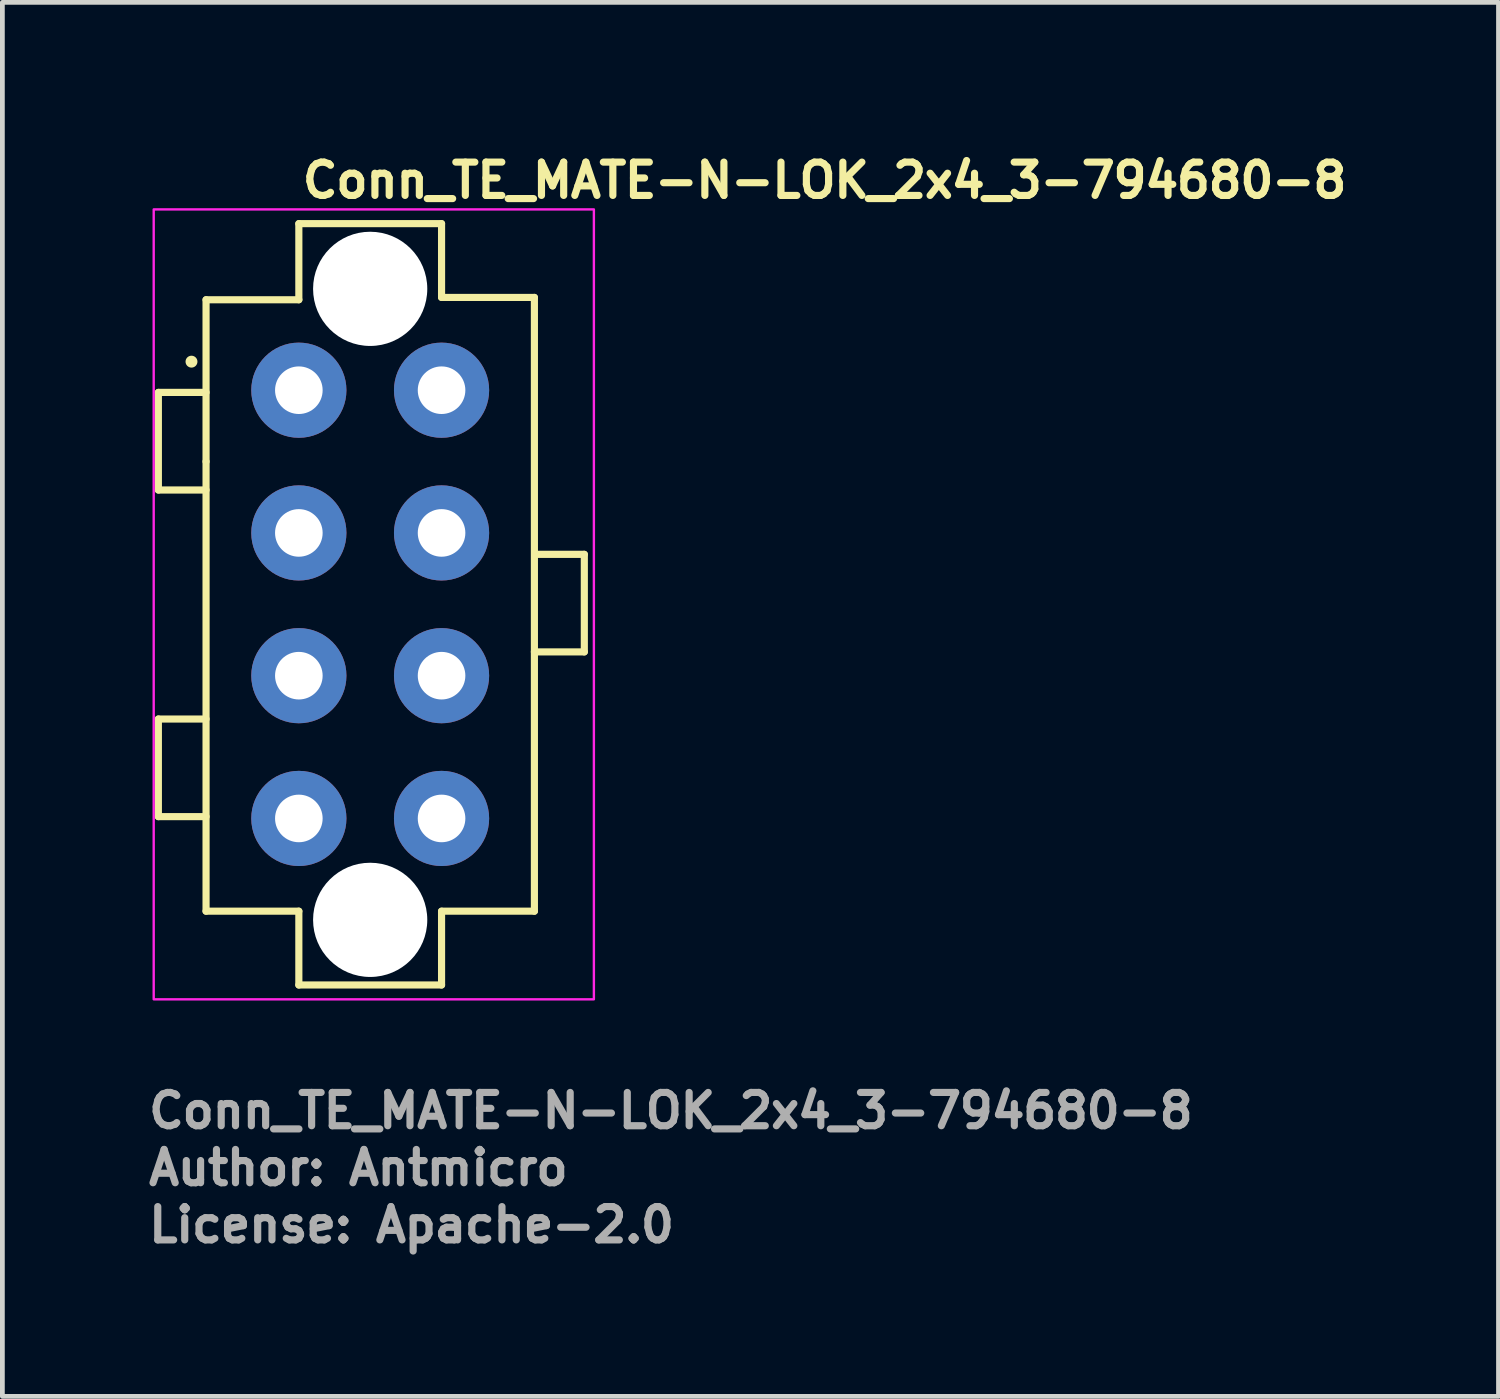
<source format=kicad_pcb>
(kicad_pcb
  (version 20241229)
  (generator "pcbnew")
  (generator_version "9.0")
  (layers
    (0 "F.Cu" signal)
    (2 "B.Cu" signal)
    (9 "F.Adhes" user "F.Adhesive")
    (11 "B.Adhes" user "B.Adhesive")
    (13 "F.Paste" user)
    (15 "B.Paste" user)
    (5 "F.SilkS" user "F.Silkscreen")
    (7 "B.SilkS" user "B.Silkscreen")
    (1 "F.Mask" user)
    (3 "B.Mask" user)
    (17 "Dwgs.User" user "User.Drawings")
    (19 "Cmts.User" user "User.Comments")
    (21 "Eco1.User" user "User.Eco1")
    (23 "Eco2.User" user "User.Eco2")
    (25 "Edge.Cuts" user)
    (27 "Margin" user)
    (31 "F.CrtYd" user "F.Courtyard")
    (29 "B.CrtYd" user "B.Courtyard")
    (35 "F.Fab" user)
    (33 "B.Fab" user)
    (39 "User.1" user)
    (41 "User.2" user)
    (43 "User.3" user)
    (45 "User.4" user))
  (footprint "Conn_TE_MATE-N-LOK_2x4_3-794680-8"
    (layer "F.Cu")
    (at 3.23 5.15)
    (property "Reference" "Conn_TE_MATE-N-LOK_2x4_3-794680-8" (at 0 -4 0) (layer "F.SilkS") (effects (font (size 0.7 0.7) (thickness 0.15)) (justify left bottom)))
    (attr through_hole)
    (fp_line (start -2.952 0.046) (end -1.95 0.046) (stroke (width 0.15) (type solid)) (layer "F.SilkS"))
    (fp_line (start -2.952 2.097) (end -2.952 0.046) (stroke (width 0.15) (type solid)) (layer "F.SilkS"))
    (fp_line (start -2.952 6.91) (end -1.95 6.91) (stroke (width 0.15) (type solid)) (layer "F.SilkS"))
    (fp_line (start -2.952 8.961) (end -2.952 6.91) (stroke (width 0.15) (type solid)) (layer "F.SilkS"))
    (fp_line (start -1.95 -1.901) (end 0 -1.901) (stroke (width 0.15) (type solid)) (layer "F.SilkS"))
    (fp_line (start -1.95 1.499) (end -1.95 -1.901) (stroke (width 0.15) (type solid)) (layer "F.SilkS"))
    (fp_line (start -1.95 1.499) (end -1.95 10.948) (stroke (width 0.15) (type solid)) (layer "F.SilkS"))
    (fp_line (start -1.95 2.097) (end -2.952 2.097) (stroke (width 0.15) (type solid)) (layer "F.SilkS"))
    (fp_line (start -1.95 8.961) (end -2.952 8.961) (stroke (width 0.15) (type solid)) (layer "F.SilkS"))
    (fp_line (start 0 -3.5) (end 0 -1.901) (stroke (width 0.15) (type solid)) (layer "F.SilkS"))
    (fp_line (start 0 -3.5) (end 2.999 -3.5) (stroke (width 0.15) (type solid)) (layer "F.SilkS"))
    (fp_line (start 0 10.948) (end -1.95 10.948) (stroke (width 0.15) (type solid)) (layer "F.SilkS"))
    (fp_line (start 0 12.499) (end 0 10.948) (stroke (width 0.15) (type solid)) (layer "F.SilkS"))
    (fp_line (start 2.999 -3.5) (end 2.999 -1.95) (stroke (width 0.15) (type solid)) (layer "F.SilkS"))
    (fp_line (start 2.999 -1.95) (end 4.95 -1.95) (stroke (width 0.15) (type solid)) (layer "F.SilkS"))
    (fp_line (start 2.999 12.499) (end 0 12.499) (stroke (width 0.15) (type solid)) (layer "F.SilkS"))
    (fp_line (start 2.999 12.499) (end 2.999 10.948) (stroke (width 0.15) (type solid)) (layer "F.SilkS"))
    (fp_line (start 4.95 -1.95) (end 4.95 10.948) (stroke (width 0.15) (type solid)) (layer "F.SilkS"))
    (fp_line (start 4.95 10.948) (end 2.999 10.948) (stroke (width 0.15) (type solid)) (layer "F.SilkS"))
    (fp_line (start 4.998 3.449) (end 5.999 3.449) (stroke (width 0.15) (type solid)) (layer "F.SilkS"))
    (fp_line (start 5.999 3.449) (end 5.999 5.499) (stroke (width 0.15) (type solid)) (layer "F.SilkS"))
    (fp_line (start 5.999 5.499) (end 4.95 5.499) (stroke (width 0.15) (type solid)) (layer "F.SilkS"))
    (fp_circle (center -2.256 -0.6) (end -2.206 -0.6) (stroke (width 0.15) (type solid)) (fill yes) (layer "F.SilkS"))
    (fp_rect (start -3.05 -3.8) (end 6.2 12.8) (stroke (width 0.05) (type solid)) (fill no) (layer "F.CrtYd"))
    (fp_rect (start 6.23 12.5) (end -2.44 -3.499) (stroke (width 0.1) (type solid)) (fill no) (layer "User.5"))
    (fp_line (start -2.44 0.45) (end -2.44 1.701) (stroke (width 0.02) (type solid)) (layer "User.9"))
    (fp_line (start -2.44 1.701) (end -2.129 1.701) (stroke (width 0.02) (type solid)) (layer "User.9"))
    (fp_line (start -2.44 7.301) (end -2.44 8.55) (stroke (width 0.02) (type solid)) (layer "User.9"))
    (fp_line (start -2.44 8.55) (end -2.129 8.55) (stroke (width 0.02) (type solid)) (layer "User.9"))
    (fp_line (start -2.129 0.45) (end -2.44 0.45) (stroke (width 0.02) (type solid)) (layer "User.9"))
    (fp_line (start -2.129 1.701) (end -2.12 1.701) (stroke (width 0.02) (type solid)) (layer "User.9"))
    (fp_line (start -2.129 7.301) (end -2.44 7.301) (stroke (width 0.02) (type solid)) (layer "User.9"))
    (fp_line (start -2.129 8.55) (end -2.12 8.551) (stroke (width 0.02) (type solid)) (layer "User.9"))
    (fp_line (start -2.12 0.45) (end -2.129 0.45) (stroke (width 0.02) (type solid)) (layer "User.9"))
    (fp_line (start -2.12 1.701) (end -2.11 1.701) (stroke (width 0.02) (type solid)) (layer "User.9"))
    (fp_line (start -2.12 7.301) (end -2.129 7.301) (stroke (width 0.02) (type solid)) (layer "User.9"))
    (fp_line (start -2.12 8.551) (end -2.11 8.551) (stroke (width 0.02) (type solid)) (layer "User.9"))
    (fp_line (start -2.11 0.45) (end -2.12 0.45) (stroke (width 0.02) (type solid)) (layer "User.9"))
    (fp_line (start -2.11 1.701) (end -2.1 1.704) (stroke (width 0.02) (type solid)) (layer "User.9"))
    (fp_line (start -2.11 7.301) (end -2.12 7.301) (stroke (width 0.02) (type solid)) (layer "User.9"))
    (fp_line (start -2.11 8.551) (end -2.1 8.554) (stroke (width 0.02) (type solid)) (layer "User.9"))
    (fp_line (start -2.1 0.449) (end -2.11 0.45) (stroke (width 0.02) (type solid)) (layer "User.9"))
    (fp_line (start -2.1 1.704) (end -2.089 1.704) (stroke (width 0.02) (type solid)) (layer "User.9"))
    (fp_line (start -2.1 7.299) (end -2.11 7.301) (stroke (width 0.02) (type solid)) (layer "User.9"))
    (fp_line (start -2.1 8.554) (end -2.089 8.555) (stroke (width 0.02) (type solid)) (layer "User.9"))
    (fp_line (start -2.089 0.447) (end -2.1 0.449) (stroke (width 0.02) (type solid)) (layer "User.9"))
    (fp_line (start -2.089 1.704) (end -2.081 1.708) (stroke (width 0.02) (type solid)) (layer "User.9"))
    (fp_line (start -2.089 7.297) (end -2.1 7.299) (stroke (width 0.02) (type solid)) (layer "User.9"))
    (fp_line (start -2.089 8.555) (end -2.081 8.558) (stroke (width 0.02) (type solid)) (layer "User.9"))
    (fp_line (start -2.081 0.444) (end -2.089 0.447) (stroke (width 0.02) (type solid)) (layer "User.9"))
    (fp_line (start -2.081 1.708) (end -2.07 1.709) (stroke (width 0.02) (type solid)) (layer "User.9"))
    (fp_line (start -2.081 7.295) (end -2.089 7.297) (stroke (width 0.02) (type solid)) (layer "User.9"))
    (fp_line (start -2.081 8.558) (end -2.07 8.56) (stroke (width 0.02) (type solid)) (layer "User.9"))
    (fp_line (start -2.07 0.443) (end -2.081 0.444) (stroke (width 0.02) (type solid)) (layer "User.9"))
    (fp_line (start -2.07 1.709) (end -2.062 1.712) (stroke (width 0.02) (type solid)) (layer "User.9"))
    (fp_line (start -2.07 7.293) (end -2.081 7.295) (stroke (width 0.02) (type solid)) (layer "User.9"))
    (fp_line (start -2.07 8.56) (end -2.062 8.563) (stroke (width 0.02) (type solid)) (layer "User.9"))
    (fp_line (start -2.062 0.44) (end -2.07 0.443) (stroke (width 0.02) (type solid)) (layer "User.9"))
    (fp_line (start -2.062 1.712) (end -2.052 1.717) (stroke (width 0.02) (type solid)) (layer "User.9"))
    (fp_line (start -2.062 7.289) (end -2.07 7.293) (stroke (width 0.02) (type solid)) (layer "User.9"))
    (fp_line (start -2.062 8.563) (end -2.052 8.567) (stroke (width 0.02) (type solid)) (layer "User.9"))
    (fp_line (start -2.052 0.436) (end -2.062 0.44) (stroke (width 0.02) (type solid)) (layer "User.9"))
    (fp_line (start -2.052 1.717) (end -2.044 1.72) (stroke (width 0.02) (type solid)) (layer "User.9"))
    (fp_line (start -2.052 7.285) (end -2.062 7.289) (stroke (width 0.02) (type solid)) (layer "User.9"))
    (fp_line (start -2.052 8.567) (end -2.044 8.571) (stroke (width 0.02) (type solid)) (layer "User.9"))
    (fp_line (start -2.044 0.431) (end -2.052 0.436) (stroke (width 0.02) (type solid)) (layer "User.9"))
    (fp_line (start -2.044 1.72) (end -2.035 1.725) (stroke (width 0.02) (type solid)) (layer "User.9"))
    (fp_line (start -2.044 7.281) (end -2.052 7.285) (stroke (width 0.02) (type solid)) (layer "User.9"))
    (fp_line (start -2.044 8.571) (end -2.035 8.575) (stroke (width 0.02) (type solid)) (layer "User.9"))
    (fp_line (start -2.035 0.427) (end -2.044 0.431) (stroke (width 0.02) (type solid)) (layer "User.9"))
    (fp_line (start -2.035 1.725) (end -2.027 1.73) (stroke (width 0.02) (type solid)) (layer "User.9"))
    (fp_line (start -2.035 7.277) (end -2.044 7.281) (stroke (width 0.02) (type solid)) (layer "User.9"))
    (fp_line (start -2.035 8.575) (end -2.027 8.58) (stroke (width 0.02) (type solid)) (layer "User.9"))
    (fp_line (start -2.027 0.423) (end -2.035 0.427) (stroke (width 0.02) (type solid)) (layer "User.9"))
    (fp_line (start -2.027 1.73) (end -2.019 1.735) (stroke (width 0.02) (type solid)) (layer "User.9"))
    (fp_line (start -2.027 7.273) (end -2.035 7.277) (stroke (width 0.02) (type solid)) (layer "User.9"))
    (fp_line (start -2.027 8.58) (end -2.019 8.584) (stroke (width 0.02) (type solid)) (layer "User.9"))
    (fp_line (start -2.019 0.417) (end -2.027 0.423) (stroke (width 0.02) (type solid)) (layer "User.9"))
    (fp_line (start -2.019 1.735) (end -2.011 1.741) (stroke (width 0.02) (type solid)) (layer "User.9"))
    (fp_line (start -2.019 7.267) (end -2.027 7.273) (stroke (width 0.02) (type solid)) (layer "User.9"))
    (fp_line (start -2.019 8.584) (end -2.011 8.59) (stroke (width 0.02) (type solid)) (layer "User.9"))
    (fp_line (start -2.011 0.411) (end -2.019 0.417) (stroke (width 0.02) (type solid)) (layer "User.9"))
    (fp_line (start -2.011 1.741) (end -2.003 1.746) (stroke (width 0.02) (type solid)) (layer "User.9"))
    (fp_line (start -2.011 7.261) (end -2.019 7.267) (stroke (width 0.02) (type solid)) (layer "User.9"))
    (fp_line (start -2.011 8.59) (end -2.003 8.596) (stroke (width 0.02) (type solid)) (layer "User.9"))
    (fp_line (start -2.003 0.405) (end -2.011 0.411) (stroke (width 0.02) (type solid)) (layer "User.9"))
    (fp_line (start -2.003 1.746) (end -1.995 1.752) (stroke (width 0.02) (type solid)) (layer "User.9"))
    (fp_line (start -2.003 7.255) (end -2.011 7.261) (stroke (width 0.02) (type solid)) (layer "User.9"))
    (fp_line (start -2.003 8.596) (end -1.995 8.602) (stroke (width 0.02) (type solid)) (layer "User.9"))
    (fp_line (start -1.995 0.399) (end -2.003 0.405) (stroke (width 0.02) (type solid)) (layer "User.9"))
    (fp_line (start -1.995 1.752) (end -1.988 1.759) (stroke (width 0.02) (type solid)) (layer "User.9"))
    (fp_line (start -1.995 7.249) (end -2.003 7.255) (stroke (width 0.02) (type solid)) (layer "User.9"))
    (fp_line (start -1.995 8.602) (end -1.988 8.609) (stroke (width 0.02) (type solid)) (layer "User.9"))
    (fp_line (start -1.988 0.392) (end -1.995 0.399) (stroke (width 0.02) (type solid)) (layer "User.9"))
    (fp_line (start -1.988 0.392) (end -1.988 0.392) (stroke (width 0.02) (type solid)) (layer "User.9"))
    (fp_line (start -1.988 1.759) (end -1.988 1.759) (stroke (width 0.02) (type solid)) (layer "User.9"))
    (fp_line (start -1.988 1.759) (end -1.98 1.767) (stroke (width 0.02) (type solid)) (layer "User.9"))
    (fp_line (start -1.988 7.243) (end -1.995 7.249) (stroke (width 0.02) (type solid)) (layer "User.9"))
    (fp_line (start -1.988 7.243) (end -1.988 7.243) (stroke (width 0.02) (type solid)) (layer "User.9"))
    (fp_line (start -1.988 8.609) (end -1.988 8.609) (stroke (width 0.02) (type solid)) (layer "User.9"))
    (fp_line (start -1.988 8.609) (end -1.98 8.616) (stroke (width 0.02) (type solid)) (layer "User.9"))
    (fp_line (start -1.98 0.385) (end -1.988 0.392) (stroke (width 0.02) (type solid)) (layer "User.9"))
    (fp_line (start -1.98 1.767) (end -1.975 1.775) (stroke (width 0.02) (type solid)) (layer "User.9"))
    (fp_line (start -1.98 7.235) (end -1.988 7.243) (stroke (width 0.02) (type solid)) (layer "User.9"))
    (fp_line (start -1.98 8.616) (end -1.975 8.625) (stroke (width 0.02) (type solid)) (layer "User.9"))
    (fp_line (start -1.975 0.378) (end -1.98 0.385) (stroke (width 0.02) (type solid)) (layer "User.9"))
    (fp_line (start -1.975 1.775) (end -1.969 1.783) (stroke (width 0.02) (type solid)) (layer "User.9"))
    (fp_line (start -1.975 7.227) (end -1.98 7.235) (stroke (width 0.02) (type solid)) (layer "User.9"))
    (fp_line (start -1.975 8.625) (end -1.969 8.633) (stroke (width 0.02) (type solid)) (layer "User.9"))
    (fp_line (start -1.969 0.369) (end -1.975 0.378) (stroke (width 0.02) (type solid)) (layer "User.9"))
    (fp_line (start -1.969 1.783) (end -1.962 1.791) (stroke (width 0.02) (type solid)) (layer "User.9"))
    (fp_line (start -1.969 7.219) (end -1.975 7.227) (stroke (width 0.02) (type solid)) (layer "User.9"))
    (fp_line (start -1.969 8.633) (end -1.962 8.641) (stroke (width 0.02) (type solid)) (layer "User.9"))
    (fp_line (start -1.962 0.362) (end -1.969 0.369) (stroke (width 0.02) (type solid)) (layer "User.9"))
    (fp_line (start -1.962 1.791) (end -1.958 1.799) (stroke (width 0.02) (type solid)) (layer "User.9"))
    (fp_line (start -1.962 7.211) (end -1.969 7.219) (stroke (width 0.02) (type solid)) (layer "User.9"))
    (fp_line (start -1.962 8.641) (end -1.958 8.649) (stroke (width 0.02) (type solid)) (layer "User.9"))
    (fp_line (start -1.958 0.353) (end -1.962 0.362) (stroke (width 0.02) (type solid)) (layer "User.9"))
    (fp_line (start -1.958 1.799) (end -1.953 1.807) (stroke (width 0.02) (type solid)) (layer "User.9"))
    (fp_line (start -1.958 7.204) (end -1.962 7.211) (stroke (width 0.02) (type solid)) (layer "User.9"))
    (fp_line (start -1.958 8.649) (end -1.953 8.656) (stroke (width 0.02) (type solid)) (layer "User.9"))
    (fp_line (start -1.953 0.346) (end -1.958 0.353) (stroke (width 0.02) (type solid)) (layer "User.9"))
    (fp_line (start -1.953 1.807) (end -1.948 1.815) (stroke (width 0.02) (type solid)) (layer "User.9"))
    (fp_line (start -1.953 7.196) (end -1.958 7.204) (stroke (width 0.02) (type solid)) (layer "User.9"))
    (fp_line (start -1.953 8.656) (end -1.948 8.665) (stroke (width 0.02) (type solid)) (layer "User.9"))
    (fp_line (start -1.948 0.337) (end -1.953 0.346) (stroke (width 0.02) (type solid)) (layer "User.9"))
    (fp_line (start -1.948 1.815) (end -1.945 1.824) (stroke (width 0.02) (type solid)) (layer "User.9"))
    (fp_line (start -1.948 7.186) (end -1.953 7.196) (stroke (width 0.02) (type solid)) (layer "User.9"))
    (fp_line (start -1.948 8.665) (end -1.945 8.674) (stroke (width 0.02) (type solid)) (layer "User.9"))
    (fp_line (start -1.945 0.328) (end -1.948 0.337) (stroke (width 0.02) (type solid)) (layer "User.9"))
    (fp_line (start -1.945 1.824) (end -1.94 1.834) (stroke (width 0.02) (type solid)) (layer "User.9"))
    (fp_line (start -1.945 7.178) (end -1.948 7.186) (stroke (width 0.02) (type solid)) (layer "User.9"))
    (fp_line (start -1.945 8.674) (end -1.94 8.684) (stroke (width 0.02) (type solid)) (layer "User.9"))
    (fp_line (start -1.94 0.318) (end -1.945 0.328) (stroke (width 0.02) (type solid)) (layer "User.9"))
    (fp_line (start -1.94 1.834) (end -1.937 1.842) (stroke (width 0.02) (type solid)) (layer "User.9"))
    (fp_line (start -1.94 7.168) (end -1.945 7.178) (stroke (width 0.02) (type solid)) (layer "User.9"))
    (fp_line (start -1.94 8.684) (end -1.937 8.693) (stroke (width 0.02) (type solid)) (layer "User.9"))
    (fp_line (start -1.937 0.309) (end -1.94 0.318) (stroke (width 0.02) (type solid)) (layer "User.9"))
    (fp_line (start -1.937 1.842) (end -1.935 1.852) (stroke (width 0.02) (type solid)) (layer "User.9"))
    (fp_line (start -1.937 7.16) (end -1.94 7.168) (stroke (width 0.02) (type solid)) (layer "User.9"))
    (fp_line (start -1.937 8.693) (end -1.935 8.703) (stroke (width 0.02) (type solid)) (layer "User.9"))
    (fp_line (start -1.935 0.299) (end -1.937 0.309) (stroke (width 0.02) (type solid)) (layer "User.9"))
    (fp_line (start -1.935 1.852) (end -1.932 1.861) (stroke (width 0.02) (type solid)) (layer "User.9"))
    (fp_line (start -1.935 7.15) (end -1.937 7.16) (stroke (width 0.02) (type solid)) (layer "User.9"))
    (fp_line (start -1.935 8.703) (end -1.932 8.712) (stroke (width 0.02) (type solid)) (layer "User.9"))
    (fp_line (start -1.932 0.28) (end -1.932 0.29) (stroke (width 0.02) (type solid)) (layer "User.9"))
    (fp_line (start -1.932 0.29) (end -1.935 0.299) (stroke (width 0.02) (type solid)) (layer "User.9"))
    (fp_line (start -1.932 1.861) (end -1.932 1.871) (stroke (width 0.02) (type solid)) (layer "User.9"))
    (fp_line (start -1.932 1.871) (end -1.929 1.882) (stroke (width 0.02) (type solid)) (layer "User.9"))
    (fp_line (start -1.932 7.13) (end -1.932 7.14) (stroke (width 0.02) (type solid)) (layer "User.9"))
    (fp_line (start -1.932 7.14) (end -1.935 7.15) (stroke (width 0.02) (type solid)) (layer "User.9"))
    (fp_line (start -1.932 8.712) (end -1.932 8.721) (stroke (width 0.02) (type solid)) (layer "User.9"))
    (fp_line (start -1.932 8.721) (end -1.929 8.731) (stroke (width 0.02) (type solid)) (layer "User.9"))
    (fp_line (start -1.929 -1.929) (end -1.929 10.93) (stroke (width 0.02) (type solid)) (layer "User.9"))
    (fp_line (start -1.929 0.251) (end -1.929 0.26) (stroke (width 0.02) (type solid)) (layer "User.9"))
    (fp_line (start -1.929 0.26) (end -1.929 0.27) (stroke (width 0.02) (type solid)) (layer "User.9"))
    (fp_line (start -1.929 0.27) (end -1.932 0.28) (stroke (width 0.02) (type solid)) (layer "User.9"))
    (fp_line (start -1.929 1.882) (end -1.929 1.892) (stroke (width 0.02) (type solid)) (layer "User.9"))
    (fp_line (start -1.929 1.892) (end -1.929 1.901) (stroke (width 0.02) (type solid)) (layer "User.9"))
    (fp_line (start -1.929 7.102) (end -1.929 7.11) (stroke (width 0.02) (type solid)) (layer "User.9"))
    (fp_line (start -1.929 7.11) (end -1.929 7.12) (stroke (width 0.02) (type solid)) (layer "User.9"))
    (fp_line (start -1.929 7.12) (end -1.932 7.13) (stroke (width 0.02) (type solid)) (layer "User.9"))
    (fp_line (start -1.929 8.731) (end -1.929 8.741) (stroke (width 0.02) (type solid)) (layer "User.9"))
    (fp_line (start -1.929 8.741) (end -1.929 8.752) (stroke (width 0.02) (type solid)) (layer "User.9"))
    (fp_line (start -1.309 -1.31) (end -1.309 0.61) (stroke (width 0.02) (type solid)) (layer "User.9"))
    (fp_line (start -1.309 2.39) (end -1.309 4.31) (stroke (width 0.02) (type solid)) (layer "User.9"))
    (fp_line (start -1.309 2.39) (end -0.608 1.691) (stroke (width 0.02) (type solid)) (layer "User.9"))
    (fp_line (start -1.309 4.31) (end 1.311 4.31) (stroke (width 0.02) (type solid)) (layer "User.9"))
    (fp_line (start -1.309 4.691) (end -1.309 6.61) (stroke (width 0.02) (type solid)) (layer "User.9"))
    (fp_line (start -1.309 8.392) (end -1.309 10.311) (stroke (width 0.02) (type solid)) (layer "User.9"))
    (fp_line (start -1.309 8.392) (end -0.608 7.69) (stroke (width 0.02) (type solid)) (layer "User.9"))
    (fp_line (start -1.309 10.311) (end 1.311 10.311) (stroke (width 0.02) (type solid)) (layer "User.9"))
    (fp_line (start -0.608 1.31) (end -1.309 0.61) (stroke (width 0.02) (type solid)) (layer "User.9"))
    (fp_line (start -0.608 1.31) (end 1.311 1.31) (stroke (width 0.02) (type solid)) (layer "User.9"))
    (fp_line (start -0.608 7.311) (end -1.309 6.61) (stroke (width 0.02) (type solid)) (layer "User.9"))
    (fp_line (start -0.608 7.311) (end 1.311 7.311) (stroke (width 0.02) (type solid)) (layer "User.9"))
    (fp_line (start -0.499 -2.329) (end -0.37 -2.329) (stroke (width 0.02) (type solid)) (layer "User.9"))
    (fp_line (start -0.499 -1.97) (end -0.499 -2.329) (stroke (width 0.02) (type solid)) (layer "User.9"))
    (fp_line (start -0.499 -1.97) (end -0.37 -1.97) (stroke (width 0.02) (type solid)) (layer "User.9"))
    (fp_line (start -0.499 10.97) (end -0.499 11.331) (stroke (width 0.02) (type solid)) (layer "User.9"))
    (fp_line (start -0.37 -2.329) (end 3 -2.329) (stroke (width 0.02) (type solid)) (layer "User.9"))
    (fp_line (start -0.37 -1.97) (end 3 -1.97) (stroke (width 0.02) (type solid)) (layer "User.9"))
    (fp_line (start -0.37 10.97) (end -0.499 10.97) (stroke (width 0.02) (type solid)) (layer "User.9"))
    (fp_line (start -0.37 11.331) (end -0.499 11.331) (stroke (width 0.02) (type solid)) (layer "User.9"))
    (fp_line (start -0.318 0.321) (end -0.318 -0.32) (stroke (width 0.02) (type solid)) (layer "User.9"))
    (fp_line (start -0.318 3.321) (end -0.318 2.68) (stroke (width 0.02) (type solid)) (layer "User.9"))
    (fp_line (start -0.318 5.682) (end -0.318 6.32) (stroke (width 0.02) (type solid)) (layer "User.9"))
    (fp_line (start -0.318 5.682) (end 0.32 5.682) (stroke (width 0.02) (type solid)) (layer "User.9"))
    (fp_line (start -0.318 6.32) (end 0.32 6.32) (stroke (width 0.02) (type solid)) (layer "User.9"))
    (fp_line (start -0.318 8.68) (end -0.318 9.32) (stroke (width 0.02) (type solid)) (layer "User.9"))
    (fp_line (start -0.318 8.68) (end 0.32 8.68) (stroke (width 0.02) (type solid)) (layer "User.9"))
    (fp_line (start -0.318 9.32) (end 0.32 9.32) (stroke (width 0.02) (type solid)) (layer "User.9"))
    (fp_line (start 0.001 -2.72) (end 0.001 -2.358) (stroke (width 0.02) (type solid)) (layer "User.9"))
    (fp_line (start 0.001 -2.358) (end 3 -2.358) (stroke (width 0.02) (type solid)) (layer "User.9"))
    (fp_line (start 0.001 11.36) (end 0.001 11.722) (stroke (width 0.02) (type solid)) (layer "User.9"))
    (fp_line (start 0.001 11.36) (end 3 11.36) (stroke (width 0.02) (type solid)) (layer "User.9"))
    (fp_line (start 0.32 -0.32) (end -0.318 -0.32) (stroke (width 0.02) (type solid)) (layer "User.9"))
    (fp_line (start 0.32 0.321) (end -0.318 0.321) (stroke (width 0.02) (type solid)) (layer "User.9"))
    (fp_line (start 0.32 0.321) (end 0.32 -0.32) (stroke (width 0.02) (type solid)) (layer "User.9"))
    (fp_line (start 0.32 2.68) (end -0.318 2.68) (stroke (width 0.02) (type solid)) (layer "User.9"))
    (fp_line (start 0.32 3.321) (end -0.318 3.321) (stroke (width 0.02) (type solid)) (layer "User.9"))
    (fp_line (start 0.32 3.321) (end 0.32 2.68) (stroke (width 0.02) (type solid)) (layer "User.9"))
    (fp_line (start 0.32 5.682) (end 0.32 6.32) (stroke (width 0.02) (type solid)) (layer "User.9"))
    (fp_line (start 0.32 8.68) (end 0.32 9.32) (stroke (width 0.02) (type solid)) (layer "User.9"))
    (fp_line (start 0.452 -3.499) (end 0.001 -2.72) (stroke (width 0.02) (type solid)) (layer "User.9"))
    (fp_line (start 0.452 12.5) (end 0.001 11.722) (stroke (width 0.02) (type solid)) (layer "User.9"))
    (fp_line (start 0.501 -2.358) (end 0.501 -2.329) (stroke (width 0.02) (type solid)) (layer "User.9"))
    (fp_line (start 0.501 -1.97) (end 0.501 -1.929) (stroke (width 0.02) (type solid)) (layer "User.9"))
    (fp_line (start 0.501 10.93) (end 0.501 10.97) (stroke (width 0.02) (type solid)) (layer "User.9"))
    (fp_line (start 0.501 11.331) (end 0.501 11.36) (stroke (width 0.02) (type solid)) (layer "User.9"))
    (fp_line (start 1.311 -1.31) (end -1.309 -1.31) (stroke (width 0.02) (type solid)) (layer "User.9"))
    (fp_line (start 1.311 1.31) (end 1.311 -1.31) (stroke (width 0.02) (type solid)) (layer "User.9"))
    (fp_line (start 1.311 1.691) (end -0.608 1.691) (stroke (width 0.02) (type solid)) (layer "User.9"))
    (fp_line (start 1.311 4.31) (end 1.311 1.691) (stroke (width 0.02) (type solid)) (layer "User.9"))
    (fp_line (start 1.311 4.691) (end -1.309 4.691) (stroke (width 0.02) (type solid)) (layer "User.9"))
    (fp_line (start 1.311 7.311) (end 1.311 4.691) (stroke (width 0.02) (type solid)) (layer "User.9"))
    (fp_line (start 1.311 7.69) (end -0.608 7.69) (stroke (width 0.02) (type solid)) (layer "User.9"))
    (fp_line (start 1.311 10.311) (end 1.311 7.69) (stroke (width 0.02) (type solid)) (layer "User.9"))
    (fp_line (start 1.69 -1.31) (end 1.69 1.31) (stroke (width 0.02) (type solid)) (layer "User.9"))
    (fp_line (start 1.69 1.31) (end 4.311 1.31) (stroke (width 0.02) (type solid)) (layer "User.9"))
    (fp_line (start 1.69 2.39) (end 1.69 4.31) (stroke (width 0.02) (type solid)) (layer "User.9"))
    (fp_line (start 1.69 2.39) (end 2.392 1.691) (stroke (width 0.02) (type solid)) (layer "User.9"))
    (fp_line (start 1.69 4.31) (end 4.311 4.31) (stroke (width 0.02) (type solid)) (layer "User.9"))
    (fp_line (start 1.69 4.691) (end 1.69 6.61) (stroke (width 0.02) (type solid)) (layer "User.9"))
    (fp_line (start 1.69 8.392) (end 1.69 10.311) (stroke (width 0.02) (type solid)) (layer "User.9"))
    (fp_line (start 1.69 8.392) (end 2.392 7.69) (stroke (width 0.02) (type solid)) (layer "User.9"))
    (fp_line (start 1.69 10.311) (end 4.311 10.311) (stroke (width 0.02) (type solid)) (layer "User.9"))
    (fp_line (start 2.392 7.311) (end 1.69 6.61) (stroke (width 0.02) (type solid)) (layer "User.9"))
    (fp_line (start 2.392 7.311) (end 4.311 7.311) (stroke (width 0.02) (type solid)) (layer "User.9"))
    (fp_line (start 2.502 -2.358) (end 2.502 -2.329) (stroke (width 0.02) (type solid)) (layer "User.9"))
    (fp_line (start 2.502 -1.97) (end 2.502 -1.929) (stroke (width 0.02) (type solid)) (layer "User.9"))
    (fp_line (start 2.502 10.93) (end 2.502 10.97) (stroke (width 0.02) (type solid)) (layer "User.9"))
    (fp_line (start 2.502 11.331) (end 2.502 11.36) (stroke (width 0.02) (type solid)) (layer "User.9"))
    (fp_line (start 2.55 -3.499) (end 0.452 -3.499) (stroke (width 0.02) (type solid)) (layer "User.9"))
    (fp_line (start 2.55 12.5) (end 0.452 12.5) (stroke (width 0.02) (type solid)) (layer "User.9"))
    (fp_line (start 2.55 12.5) (end 3 11.722) (stroke (width 0.02) (type solid)) (layer "User.9"))
    (fp_line (start 2.68 0.321) (end 2.68 -0.32) (stroke (width 0.02) (type solid)) (layer "User.9"))
    (fp_line (start 2.68 3.321) (end 2.68 2.68) (stroke (width 0.02) (type solid)) (layer "User.9"))
    (fp_line (start 2.68 5.682) (end 2.68 6.32) (stroke (width 0.02) (type solid)) (layer "User.9"))
    (fp_line (start 2.68 5.682) (end 3.32 5.682) (stroke (width 0.02) (type solid)) (layer "User.9"))
    (fp_line (start 2.68 6.32) (end 3.32 6.32) (stroke (width 0.02) (type solid)) (layer "User.9"))
    (fp_line (start 2.68 8.68) (end 2.68 9.32) (stroke (width 0.02) (type solid)) (layer "User.9"))
    (fp_line (start 2.68 8.68) (end 3.32 8.68) (stroke (width 0.02) (type solid)) (layer "User.9"))
    (fp_line (start 2.68 9.32) (end 3.32 9.32) (stroke (width 0.02) (type solid)) (layer "User.9"))
    (fp_line (start 3 -2.72) (end 0.001 -2.72) (stroke (width 0.02) (type solid)) (layer "User.9"))
    (fp_line (start 3 -2.72) (end 2.55 -3.499) (stroke (width 0.02) (type solid)) (layer "User.9"))
    (fp_line (start 3 -2.72) (end 3 -2.358) (stroke (width 0.02) (type solid)) (layer "User.9"))
    (fp_line (start 3 -2.329) (end 3.496 -2.329) (stroke (width 0.02) (type solid)) (layer "User.9"))
    (fp_line (start 3 -1.97) (end 3.496 -1.97) (stroke (width 0.02) (type solid)) (layer "User.9"))
    (fp_line (start 3 10.97) (end -0.37 10.97) (stroke (width 0.02) (type solid)) (layer "User.9"))
    (fp_line (start 3 11.331) (end -0.37 11.331) (stroke (width 0.02) (type solid)) (layer "User.9"))
    (fp_line (start 3 11.36) (end 3 11.722) (stroke (width 0.02) (type solid)) (layer "User.9"))
    (fp_line (start 3 11.722) (end 0.001 11.722) (stroke (width 0.02) (type solid)) (layer "User.9"))
    (fp_line (start 3.32 -0.32) (end 2.68 -0.32) (stroke (width 0.02) (type solid)) (layer "User.9"))
    (fp_line (start 3.32 0.321) (end 2.68 0.321) (stroke (width 0.02) (type solid)) (layer "User.9"))
    (fp_line (start 3.32 0.321) (end 3.32 -0.32) (stroke (width 0.02) (type solid)) (layer "User.9"))
    (fp_line (start 3.32 2.68) (end 2.68 2.68) (stroke (width 0.02) (type solid)) (layer "User.9"))
    (fp_line (start 3.32 3.321) (end 2.68 3.321) (stroke (width 0.02) (type solid)) (layer "User.9"))
    (fp_line (start 3.32 3.321) (end 3.32 2.68) (stroke (width 0.02) (type solid)) (layer "User.9"))
    (fp_line (start 3.32 5.682) (end 3.32 6.32) (stroke (width 0.02) (type solid)) (layer "User.9"))
    (fp_line (start 3.32 8.68) (end 3.32 9.32) (stroke (width 0.02) (type solid)) (layer "User.9"))
    (fp_line (start 3.335 10.97) (end 3 10.97) (stroke (width 0.02) (type solid)) (layer "User.9"))
    (fp_line (start 3.335 10.97) (end 3.335 10.97) (stroke (width 0.02) (type solid)) (layer "User.9"))
    (fp_line (start 3.335 11.331) (end 3 11.331) (stroke (width 0.02) (type solid)) (layer "User.9"))
    (fp_line (start 3.335 11.331) (end 3.335 11.331) (stroke (width 0.02) (type solid)) (layer "User.9"))
    (fp_line (start 3.496 -2.329) (end 3.496 -2.329) (stroke (width 0.02) (type solid)) (layer "User.9"))
    (fp_line (start 3.496 -2.329) (end 3.652 -2.329) (stroke (width 0.02) (type solid)) (layer "User.9"))
    (fp_line (start 3.496 -1.97) (end 3.496 -1.97) (stroke (width 0.02) (type solid)) (layer "User.9"))
    (fp_line (start 3.496 -1.97) (end 3.652 -1.97) (stroke (width 0.02) (type solid)) (layer "User.9"))
    (fp_line (start 3.652 -2.329) (end 3.652 -2.329) (stroke (width 0.02) (type solid)) (layer "User.9"))
    (fp_line (start 3.652 -2.329) (end 3.8 -2.329) (stroke (width 0.02) (type solid)) (layer "User.9"))
    (fp_line (start 3.652 -1.97) (end 3.652 -1.97) (stroke (width 0.02) (type solid)) (layer "User.9"))
    (fp_line (start 3.652 -1.97) (end 3.8 -1.97) (stroke (width 0.02) (type solid)) (layer "User.9"))
    (fp_line (start 3.652 10.97) (end 3.335 10.97) (stroke (width 0.02) (type solid)) (layer "User.9"))
    (fp_line (start 3.652 10.97) (end 3.652 10.97) (stroke (width 0.02) (type solid)) (layer "User.9"))
    (fp_line (start 3.652 11.331) (end 3.335 11.331) (stroke (width 0.02) (type solid)) (layer "User.9"))
    (fp_line (start 3.652 11.331) (end 3.652 11.331) (stroke (width 0.02) (type solid)) (layer "User.9"))
    (fp_line (start 3.8 -2.329) (end 3.8 -2.329) (stroke (width 0.02) (type solid)) (layer "User.9"))
    (fp_line (start 3.8 -2.329) (end 3.937 -2.329) (stroke (width 0.02) (type solid)) (layer "User.9"))
    (fp_line (start 3.8 -1.97) (end 3.8 -1.97) (stroke (width 0.02) (type solid)) (layer "User.9"))
    (fp_line (start 3.8 -1.97) (end 3.937 -1.97) (stroke (width 0.02) (type solid)) (layer "User.9"))
    (fp_line (start 3.8 10.97) (end 3.652 10.97) (stroke (width 0.02) (type solid)) (layer "User.9"))
    (fp_line (start 3.8 10.97) (end 3.8 10.97) (stroke (width 0.02) (type solid)) (layer "User.9"))
    (fp_line (start 3.8 11.331) (end 3.652 11.331) (stroke (width 0.02) (type solid)) (layer "User.9"))
    (fp_line (start 3.8 11.331) (end 3.8 11.331) (stroke (width 0.02) (type solid)) (layer "User.9"))
    (fp_line (start 3.937 -2.329) (end 3.937 -2.329) (stroke (width 0.02) (type solid)) (layer "User.9"))
    (fp_line (start 3.937 -2.329) (end 4.061 -2.329) (stroke (width 0.02) (type solid)) (layer "User.9"))
    (fp_line (start 3.937 -1.97) (end 3.937 -1.97) (stroke (width 0.02) (type solid)) (layer "User.9"))
    (fp_line (start 3.937 -1.97) (end 4.061 -1.97) (stroke (width 0.02) (type solid)) (layer "User.9"))
    (fp_line (start 3.937 10.97) (end 3.8 10.97) (stroke (width 0.02) (type solid)) (layer "User.9"))
    (fp_line (start 3.937 10.97) (end 3.937 10.97) (stroke (width 0.02) (type solid)) (layer "User.9"))
    (fp_line (start 3.937 11.331) (end 3.8 11.331) (stroke (width 0.02) (type solid)) (layer "User.9"))
    (fp_line (start 3.937 11.331) (end 3.937 11.331) (stroke (width 0.02) (type solid)) (layer "User.9"))
    (fp_line (start 4.061 -2.329) (end 4.061 -2.329) (stroke (width 0.02) (type solid)) (layer "User.9"))
    (fp_line (start 4.061 -2.329) (end 4.174 -2.329) (stroke (width 0.02) (type solid)) (layer "User.9"))
    (fp_line (start 4.061 -1.97) (end 4.061 -1.97) (stroke (width 0.02) (type solid)) (layer "User.9"))
    (fp_line (start 4.061 -1.97) (end 4.174 -1.97) (stroke (width 0.02) (type solid)) (layer "User.9"))
    (fp_line (start 4.061 10.97) (end 3.937 10.97) (stroke (width 0.02) (type solid)) (layer "User.9"))
    (fp_line (start 4.061 10.97) (end 4.061 10.97) (stroke (width 0.02) (type solid)) (layer "User.9"))
    (fp_line (start 4.061 11.331) (end 3.937 11.331) (stroke (width 0.02) (type solid)) (layer "User.9"))
    (fp_line (start 4.061 11.331) (end 4.061 11.331) (stroke (width 0.02) (type solid)) (layer "User.9"))
    (fp_line (start 4.174 -2.329) (end 4.174 -2.329) (stroke (width 0.02) (type solid)) (layer "User.9"))
    (fp_line (start 4.174 -2.329) (end 4.272 -2.329) (stroke (width 0.02) (type solid)) (layer "User.9"))
    (fp_line (start 4.174 -1.97) (end 4.174 -1.97) (stroke (width 0.02) (type solid)) (layer "User.9"))
    (fp_line (start 4.174 -1.97) (end 4.272 -1.97) (stroke (width 0.02) (type solid)) (layer "User.9"))
    (fp_line (start 4.174 10.97) (end 4.061 10.97) (stroke (width 0.02) (type solid)) (layer "User.9"))
    (fp_line (start 4.174 10.97) (end 4.174 10.97) (stroke (width 0.02) (type solid)) (layer "User.9"))
    (fp_line (start 4.174 11.331) (end 4.061 11.331) (stroke (width 0.02) (type solid)) (layer "User.9"))
    (fp_line (start 4.174 11.331) (end 4.174 11.331) (stroke (width 0.02) (type solid)) (layer "User.9"))
    (fp_line (start 4.272 -2.329) (end 4.272 -2.329) (stroke (width 0.02) (type solid)) (layer "User.9"))
    (fp_line (start 4.272 -2.329) (end 4.353 -2.329) (stroke (width 0.02) (type solid)) (layer "User.9"))
    (fp_line (start 4.272 -1.97) (end 4.272 -1.97) (stroke (width 0.02) (type solid)) (layer "User.9"))
    (fp_line (start 4.272 -1.97) (end 4.353 -1.97) (stroke (width 0.02) (type solid)) (layer "User.9"))
    (fp_line (start 4.272 10.97) (end 4.174 10.97) (stroke (width 0.02) (type solid)) (layer "User.9"))
    (fp_line (start 4.272 10.97) (end 4.272 10.97) (stroke (width 0.02) (type solid)) (layer "User.9"))
    (fp_line (start 4.272 11.331) (end 4.174 11.331) (stroke (width 0.02) (type solid)) (layer "User.9"))
    (fp_line (start 4.272 11.331) (end 4.272 11.331) (stroke (width 0.02) (type solid)) (layer "User.9"))
    (fp_line (start 4.311 -1.31) (end 1.69 -1.31) (stroke (width 0.02) (type solid)) (layer "User.9"))
    (fp_line (start 4.311 1.31) (end 4.311 -1.31) (stroke (width 0.02) (type solid)) (layer "User.9"))
    (fp_line (start 4.311 1.691) (end 2.392 1.691) (stroke (width 0.02) (type solid)) (layer "User.9"))
    (fp_line (start 4.311 4.31) (end 4.311 1.691) (stroke (width 0.02) (type solid)) (layer "User.9"))
    (fp_line (start 4.311 4.691) (end 1.69 4.691) (stroke (width 0.02) (type solid)) (layer "User.9"))
    (fp_line (start 4.311 7.311) (end 4.311 4.691) (stroke (width 0.02) (type solid)) (layer "User.9"))
    (fp_line (start 4.311 7.69) (end 2.392 7.69) (stroke (width 0.02) (type solid)) (layer "User.9"))
    (fp_line (start 4.311 10.311) (end 4.311 7.69) (stroke (width 0.02) (type solid)) (layer "User.9"))
    (fp_line (start 4.353 -2.329) (end 4.353 -2.329) (stroke (width 0.02) (type solid)) (layer "User.9"))
    (fp_line (start 4.353 -2.329) (end 4.416 -2.329) (stroke (width 0.02) (type solid)) (layer "User.9"))
    (fp_line (start 4.353 -1.97) (end 4.353 -1.97) (stroke (width 0.02) (type solid)) (layer "User.9"))
    (fp_line (start 4.353 -1.97) (end 4.416 -1.97) (stroke (width 0.02) (type solid)) (layer "User.9"))
    (fp_line (start 4.353 10.97) (end 4.272 10.97) (stroke (width 0.02) (type solid)) (layer "User.9"))
    (fp_line (start 4.353 10.97) (end 4.353 10.97) (stroke (width 0.02) (type solid)) (layer "User.9"))
    (fp_line (start 4.353 11.331) (end 4.272 11.331) (stroke (width 0.02) (type solid)) (layer "User.9"))
    (fp_line (start 4.353 11.331) (end 4.353 11.331) (stroke (width 0.02) (type solid)) (layer "User.9"))
    (fp_line (start 4.416 -2.329) (end 4.416 -2.329) (stroke (width 0.02) (type solid)) (layer "User.9"))
    (fp_line (start 4.416 -2.329) (end 4.464 -2.329) (stroke (width 0.02) (type solid)) (layer "User.9"))
    (fp_line (start 4.416 -1.97) (end 4.416 -1.97) (stroke (width 0.02) (type solid)) (layer "User.9"))
    (fp_line (start 4.416 -1.97) (end 4.464 -1.97) (stroke (width 0.02) (type solid)) (layer "User.9"))
    (fp_line (start 4.416 10.97) (end 4.353 10.97) (stroke (width 0.02) (type solid)) (layer "User.9"))
    (fp_line (start 4.416 10.97) (end 4.416 10.97) (stroke (width 0.02) (type solid)) (layer "User.9"))
    (fp_line (start 4.416 11.331) (end 4.353 11.331) (stroke (width 0.02) (type solid)) (layer "User.9"))
    (fp_line (start 4.416 11.331) (end 4.416 11.331) (stroke (width 0.02) (type solid)) (layer "User.9"))
    (fp_line (start 4.464 -2.329) (end 4.464 -2.329) (stroke (width 0.02) (type solid)) (layer "User.9"))
    (fp_line (start 4.464 -2.329) (end 4.492 -2.329) (stroke (width 0.02) (type solid)) (layer "User.9"))
    (fp_line (start 4.464 -1.97) (end 4.464 -1.97) (stroke (width 0.02) (type solid)) (layer "User.9"))
    (fp_line (start 4.464 -1.97) (end 4.492 -1.97) (stroke (width 0.02) (type solid)) (layer "User.9"))
    (fp_line (start 4.464 10.97) (end 4.416 10.97) (stroke (width 0.02) (type solid)) (layer "User.9"))
    (fp_line (start 4.464 10.97) (end 4.464 10.97) (stroke (width 0.02) (type solid)) (layer "User.9"))
    (fp_line (start 4.464 11.331) (end 4.416 11.331) (stroke (width 0.02) (type solid)) (layer "User.9"))
    (fp_line (start 4.464 11.331) (end 4.464 11.331) (stroke (width 0.02) (type solid)) (layer "User.9"))
    (fp_line (start 4.492 -2.329) (end 4.492 -2.329) (stroke (width 0.02) (type solid)) (layer "User.9"))
    (fp_line (start 4.492 -2.329) (end 4.5 -2.329) (stroke (width 0.02) (type solid)) (layer "User.9"))
    (fp_line (start 4.492 -1.97) (end 4.492 -1.97) (stroke (width 0.02) (type solid)) (layer "User.9"))
    (fp_line (start 4.492 -1.97) (end 4.5 -1.97) (stroke (width 0.02) (type solid)) (layer "User.9"))
    (fp_line (start 4.492 10.97) (end 4.464 10.97) (stroke (width 0.02) (type solid)) (layer "User.9"))
    (fp_line (start 4.492 10.97) (end 4.492 10.97) (stroke (width 0.02) (type solid)) (layer "User.9"))
    (fp_line (start 4.492 11.331) (end 4.464 11.331) (stroke (width 0.02) (type solid)) (layer "User.9"))
    (fp_line (start 4.492 11.331) (end 4.492 11.331) (stroke (width 0.02) (type solid)) (layer "User.9"))
    (fp_line (start 4.5 -1.97) (end 4.5 -2.329) (stroke (width 0.02) (type solid)) (layer "User.9"))
    (fp_line (start 4.5 10.97) (end 4.492 10.97) (stroke (width 0.02) (type solid)) (layer "User.9"))
    (fp_line (start 4.5 10.97) (end 4.5 11.331) (stroke (width 0.02) (type solid)) (layer "User.9"))
    (fp_line (start 4.5 11.331) (end 4.492 11.331) (stroke (width 0.02) (type solid)) (layer "User.9"))
    (fp_line (start 4.93 -1.929) (end -1.929 -1.929) (stroke (width 0.02) (type solid)) (layer "User.9"))
    (fp_line (start 4.93 -1.929) (end 4.93 3.201) (stroke (width 0.02) (type solid)) (layer "User.9"))
    (fp_line (start 4.93 5.8) (end 4.93 3.201) (stroke (width 0.02) (type solid)) (layer "User.9"))
    (fp_line (start 4.93 5.8) (end 4.93 10.93) (stroke (width 0.02) (type solid)) (layer "User.9"))
    (fp_line (start 4.93 5.8) (end 4.932 5.775) (stroke (width 0.02) (type solid)) (layer "User.9"))
    (fp_line (start 4.93 10.93) (end -1.929 10.93) (stroke (width 0.02) (type solid)) (layer "User.9"))
    (fp_line (start 4.932 3.215) (end 4.93 3.201) (stroke (width 0.02) (type solid)) (layer "User.9"))
    (fp_line (start 4.932 3.227) (end 4.93 3.201) (stroke (width 0.02) (type solid)) (layer "User.9"))
    (fp_line (start 4.932 3.23) (end 4.932 3.215) (stroke (width 0.02) (type solid)) (layer "User.9"))
    (fp_line (start 4.932 3.244) (end 4.932 3.23) (stroke (width 0.02) (type solid)) (layer "User.9"))
    (fp_line (start 4.932 3.251) (end 4.932 3.227) (stroke (width 0.02) (type solid)) (layer "User.9"))
    (fp_line (start 4.932 5.751) (end 4.936 5.724) (stroke (width 0.02) (type solid)) (layer "User.9"))
    (fp_line (start 4.932 5.758) (end 4.932 5.772) (stroke (width 0.02) (type solid)) (layer "User.9"))
    (fp_line (start 4.932 5.772) (end 4.932 5.787) (stroke (width 0.02) (type solid)) (layer "User.9"))
    (fp_line (start 4.932 5.775) (end 4.932 5.751) (stroke (width 0.02) (type solid)) (layer "User.9"))
    (fp_line (start 4.932 5.787) (end 4.93 5.8) (stroke (width 0.02) (type solid)) (layer "User.9"))
    (fp_line (start 4.934 3.259) (end 4.932 3.244) (stroke (width 0.02) (type solid)) (layer "User.9"))
    (fp_line (start 4.934 5.743) (end 4.932 5.758) (stroke (width 0.02) (type solid)) (layer "User.9"))
    (fp_line (start 4.936 3.273) (end 4.934 3.259) (stroke (width 0.02) (type solid)) (layer "User.9"))
    (fp_line (start 4.936 3.278) (end 4.932 3.251) (stroke (width 0.02) (type solid)) (layer "User.9"))
    (fp_line (start 4.936 5.724) (end 4.94 5.699) (stroke (width 0.02) (type solid)) (layer "User.9"))
    (fp_line (start 4.936 5.728) (end 4.934 5.743) (stroke (width 0.02) (type solid)) (layer "User.9"))
    (fp_line (start 4.938 3.288) (end 4.936 3.273) (stroke (width 0.02) (type solid)) (layer "User.9"))
    (fp_line (start 4.938 5.715) (end 4.936 5.728) (stroke (width 0.02) (type solid)) (layer "User.9"))
    (fp_line (start 4.94 3.302) (end 4.938 3.288) (stroke (width 0.02) (type solid)) (layer "User.9"))
    (fp_line (start 4.94 3.304) (end 4.936 3.278) (stroke (width 0.02) (type solid)) (layer "User.9"))
    (fp_line (start 4.94 5.699) (end 4.938 5.715) (stroke (width 0.02) (type solid)) (layer "User.9"))
    (fp_line (start 4.94 5.699) (end 4.944 5.672) (stroke (width 0.02) (type solid)) (layer "User.9"))
    (fp_line (start 4.942 3.316) (end 4.94 3.302) (stroke (width 0.02) (type solid)) (layer "User.9"))
    (fp_line (start 4.942 5.686) (end 4.94 5.699) (stroke (width 0.02) (type solid)) (layer "User.9"))
    (fp_line (start 4.944 3.329) (end 4.94 3.304) (stroke (width 0.02) (type solid)) (layer "User.9"))
    (fp_line (start 4.944 5.672) (end 4.952 5.646) (stroke (width 0.02) (type solid)) (layer "User.9"))
    (fp_line (start 4.952 3.355) (end 4.944 3.329) (stroke (width 0.02) (type solid)) (layer "User.9"))
    (fp_line (start 4.952 5.646) (end 4.958 5.621) (stroke (width 0.02) (type solid)) (layer "User.9"))
    (fp_line (start 4.958 3.382) (end 4.952 3.355) (stroke (width 0.02) (type solid)) (layer "User.9"))
    (fp_line (start 4.958 5.621) (end 4.968 5.594) (stroke (width 0.02) (type solid)) (layer "User.9"))
    (fp_line (start 4.968 3.408) (end 4.958 3.382) (stroke (width 0.02) (type solid)) (layer "User.9"))
    (fp_line (start 4.968 5.594) (end 4.978 5.569) (stroke (width 0.02) (type solid)) (layer "User.9"))
    (fp_line (start 4.978 3.433) (end 4.968 3.408) (stroke (width 0.02) (type solid)) (layer "User.9"))
    (fp_line (start 4.978 5.569) (end 4.99 5.544) (stroke (width 0.02) (type solid)) (layer "User.9"))
    (fp_line (start 4.99 3.459) (end 4.978 3.433) (stroke (width 0.02) (type solid)) (layer "User.9"))
    (fp_line (start 4.99 5.544) (end 5.001 5.518) (stroke (width 0.02) (type solid)) (layer "User.9"))
    (fp_line (start 5.001 3.483) (end 4.99 3.459) (stroke (width 0.02) (type solid)) (layer "User.9"))
    (fp_line (start 5.001 5.518) (end 5.016 5.493) (stroke (width 0.02) (type solid)) (layer "User.9"))
    (fp_line (start 5.016 3.509) (end 5.001 3.483) (stroke (width 0.02) (type solid)) (layer "User.9"))
    (fp_line (start 5.016 5.493) (end 5.031 5.469) (stroke (width 0.02) (type solid)) (layer "User.9"))
    (fp_line (start 5.021 3.517) (end 5.016 3.509) (stroke (width 0.02) (type solid)) (layer "User.9"))
    (fp_line (start 5.021 5.485) (end 5.016 5.493) (stroke (width 0.02) (type solid)) (layer "User.9"))
    (fp_line (start 5.028 3.528) (end 5.021 3.517) (stroke (width 0.02) (type solid)) (layer "User.9"))
    (fp_line (start 5.028 5.474) (end 5.021 5.485) (stroke (width 0.02) (type solid)) (layer "User.9"))
    (fp_line (start 5.031 3.533) (end 5.016 3.509) (stroke (width 0.02) (type solid)) (layer "User.9"))
    (fp_line (start 5.031 5.469) (end 5.047 5.446) (stroke (width 0.02) (type solid)) (layer "User.9"))
    (fp_line (start 5.033 3.536) (end 5.028 3.528) (stroke (width 0.02) (type solid)) (layer "User.9"))
    (fp_line (start 5.033 5.465) (end 5.028 5.474) (stroke (width 0.02) (type solid)) (layer "User.9"))
    (fp_line (start 5.04 3.546) (end 5.033 3.536) (stroke (width 0.02) (type solid)) (layer "User.9"))
    (fp_line (start 5.04 5.457) (end 5.033 5.465) (stroke (width 0.02) (type solid)) (layer "User.9"))
    (fp_line (start 5.047 3.555) (end 5.031 3.533) (stroke (width 0.02) (type solid)) (layer "User.9"))
    (fp_line (start 5.047 3.555) (end 5.04 3.546) (stroke (width 0.02) (type solid)) (layer "User.9"))
    (fp_line (start 5.047 5.446) (end 5.04 5.457) (stroke (width 0.02) (type solid)) (layer "User.9"))
    (fp_line (start 5.047 5.446) (end 5.065 5.424) (stroke (width 0.02) (type solid)) (layer "User.9"))
    (fp_line (start 5.053 3.565) (end 5.047 3.555) (stroke (width 0.02) (type solid)) (layer "User.9"))
    (fp_line (start 5.053 5.437) (end 5.047 5.446) (stroke (width 0.02) (type solid)) (layer "User.9"))
    (fp_line (start 5.061 3.573) (end 5.053 3.565) (stroke (width 0.02) (type solid)) (layer "User.9"))
    (fp_line (start 5.061 5.429) (end 5.053 5.437) (stroke (width 0.02) (type solid)) (layer "User.9"))
    (fp_line (start 5.065 3.579) (end 5.047 3.555) (stroke (width 0.02) (type solid)) (layer "User.9"))
    (fp_line (start 5.065 5.424) (end 5.084 5.401) (stroke (width 0.02) (type solid)) (layer "User.9"))
    (fp_line (start 5.068 3.582) (end 5.061 3.573) (stroke (width 0.02) (type solid)) (layer "User.9"))
    (fp_line (start 5.068 5.42) (end 5.061 5.429) (stroke (width 0.02) (type solid)) (layer "User.9"))
    (fp_line (start 5.084 3.6) (end 5.065 3.579) (stroke (width 0.02) (type solid)) (layer "User.9"))
    (fp_line (start 5.084 3.6) (end 5.084 3.6) (stroke (width 0.02) (type solid)) (layer "User.9"))
    (fp_line (start 5.084 5.401) (end 5.084 5.401) (stroke (width 0.02) (type solid)) (layer "User.9"))
    (fp_line (start 5.084 5.401) (end 5.102 5.38) (stroke (width 0.02) (type solid)) (layer "User.9"))
    (fp_line (start 5.102 3.621) (end 5.084 3.6) (stroke (width 0.02) (type solid)) (layer "User.9"))
    (fp_line (start 5.102 5.38) (end 5.124 5.36) (stroke (width 0.02) (type solid)) (layer "User.9"))
    (fp_line (start 5.124 3.642) (end 5.102 3.621) (stroke (width 0.02) (type solid)) (layer "User.9"))
    (fp_line (start 5.124 5.36) (end 5.145 5.341) (stroke (width 0.02) (type solid)) (layer "User.9"))
    (fp_line (start 5.145 3.661) (end 5.124 3.642) (stroke (width 0.02) (type solid)) (layer "User.9"))
    (fp_line (start 5.145 5.341) (end 5.169 5.323) (stroke (width 0.02) (type solid)) (layer "User.9"))
    (fp_line (start 5.169 3.68) (end 5.145 3.661) (stroke (width 0.02) (type solid)) (layer "User.9"))
    (fp_line (start 5.169 5.323) (end 5.193 5.305) (stroke (width 0.02) (type solid)) (layer "User.9"))
    (fp_line (start 5.193 3.696) (end 5.169 3.68) (stroke (width 0.02) (type solid)) (layer "User.9"))
    (fp_line (start 5.193 5.305) (end 5.218 5.288) (stroke (width 0.02) (type solid)) (layer "User.9"))
    (fp_line (start 5.207 3.706) (end 5.168 3.679) (stroke (width 0.02) (type solid)) (layer "User.9"))
    (fp_line (start 5.207 5.296) (end 5.168 5.324) (stroke (width 0.02) (type solid)) (layer "User.9"))
    (fp_line (start 5.218 3.714) (end 5.193 3.696) (stroke (width 0.02) (type solid)) (layer "User.9"))
    (fp_line (start 5.218 5.288) (end 5.245 5.274) (stroke (width 0.02) (type solid)) (layer "User.9"))
    (fp_line (start 5.245 3.728) (end 5.218 3.714) (stroke (width 0.02) (type solid)) (layer "User.9"))
    (fp_line (start 5.245 5.274) (end 5.271 5.259) (stroke (width 0.02) (type solid)) (layer "User.9"))
    (fp_line (start 5.271 3.743) (end 5.245 3.728) (stroke (width 0.02) (type solid)) (layer "User.9"))
    (fp_line (start 5.271 5.259) (end 5.301 5.247) (stroke (width 0.02) (type solid)) (layer "User.9"))
    (fp_line (start 5.287 3.749) (end 5.278 3.744) (stroke (width 0.02) (type solid)) (layer "User.9"))
    (fp_line (start 5.287 5.252) (end 5.278 5.258) (stroke (width 0.02) (type solid)) (layer "User.9"))
    (fp_line (start 5.298 3.754) (end 5.287 3.749) (stroke (width 0.02) (type solid)) (layer "User.9"))
    (fp_line (start 5.298 5.248) (end 5.287 5.252) (stroke (width 0.02) (type solid)) (layer "User.9"))
    (fp_line (start 5.301 3.756) (end 5.271 3.743) (stroke (width 0.02) (type solid)) (layer "User.9"))
    (fp_line (start 5.301 5.247) (end 5.33 5.235) (stroke (width 0.02) (type solid)) (layer "User.9"))
    (fp_line (start 5.307 3.757) (end 5.298 3.754) (stroke (width 0.02) (type solid)) (layer "User.9"))
    (fp_line (start 5.307 5.244) (end 5.298 5.248) (stroke (width 0.02) (type solid)) (layer "User.9"))
    (fp_line (start 5.319 3.762) (end 5.307 3.757) (stroke (width 0.02) (type solid)) (layer "User.9"))
    (fp_line (start 5.319 5.239) (end 5.307 5.244) (stroke (width 0.02) (type solid)) (layer "User.9"))
    (fp_line (start 5.328 3.765) (end 5.319 3.762) (stroke (width 0.02) (type solid)) (layer "User.9"))
    (fp_line (start 5.328 5.236) (end 5.319 5.239) (stroke (width 0.02) (type solid)) (layer "User.9"))
    (fp_line (start 5.33 3.767) (end 5.301 3.756) (stroke (width 0.02) (type solid)) (layer "User.9"))
    (fp_line (start 5.33 5.235) (end 5.36 5.226) (stroke (width 0.02) (type solid)) (layer "User.9"))
    (fp_line (start 5.339 3.77) (end 5.328 3.765) (stroke (width 0.02) (type solid)) (layer "User.9"))
    (fp_line (start 5.339 5.232) (end 5.328 5.236) (stroke (width 0.02) (type solid)) (layer "User.9"))
    (fp_line (start 5.351 3.773) (end 5.339 3.77) (stroke (width 0.02) (type solid)) (layer "User.9"))
    (fp_line (start 5.351 5.228) (end 5.339 5.232) (stroke (width 0.02) (type solid)) (layer "User.9"))
    (fp_line (start 5.36 3.776) (end 5.33 3.767) (stroke (width 0.02) (type solid)) (layer "User.9"))
    (fp_line (start 5.36 5.226) (end 5.392 5.218) (stroke (width 0.02) (type solid)) (layer "User.9"))
    (fp_line (start 5.362 3.776) (end 5.351 3.773) (stroke (width 0.02) (type solid)) (layer "User.9"))
    (fp_line (start 5.362 5.226) (end 5.351 5.228) (stroke (width 0.02) (type solid)) (layer "User.9"))
    (fp_line (start 5.392 3.784) (end 5.36 3.776) (stroke (width 0.02) (type solid)) (layer "User.9"))
    (fp_line (start 5.392 5.218) (end 5.426 5.211) (stroke (width 0.02) (type solid)) (layer "User.9"))
    (fp_line (start 5.412 3.789) (end 5.396 3.786) (stroke (width 0.02) (type solid)) (layer "User.9"))
    (fp_line (start 5.412 5.212) (end 5.396 5.216) (stroke (width 0.02) (type solid)) (layer "User.9"))
    (fp_line (start 5.426 3.791) (end 5.392 3.784) (stroke (width 0.02) (type solid)) (layer "User.9"))
    (fp_line (start 5.426 5.211) (end 5.46 5.206) (stroke (width 0.02) (type solid)) (layer "User.9"))
    (fp_line (start 5.43 3.792) (end 5.412 3.789) (stroke (width 0.02) (type solid)) (layer "User.9"))
    (fp_line (start 5.43 5.21) (end 5.412 5.212) (stroke (width 0.02) (type solid)) (layer "User.9"))
    (fp_line (start 5.445 3.794) (end 5.43 3.792) (stroke (width 0.02) (type solid)) (layer "User.9"))
    (fp_line (start 5.445 5.207) (end 5.43 5.21) (stroke (width 0.02) (type solid)) (layer "User.9"))
    (fp_line (start 5.46 3.797) (end 5.426 3.791) (stroke (width 0.02) (type solid)) (layer "User.9"))
    (fp_line (start 5.46 5.206) (end 5.495 5.203) (stroke (width 0.02) (type solid)) (layer "User.9"))
    (fp_line (start 5.463 3.797) (end 5.445 3.794) (stroke (width 0.02) (type solid)) (layer "User.9"))
    (fp_line (start 5.463 5.204) (end 5.445 5.207) (stroke (width 0.02) (type solid)) (layer "User.9"))
    (fp_line (start 5.479 3.799) (end 5.463 3.797) (stroke (width 0.02) (type solid)) (layer "User.9"))
    (fp_line (start 5.479 5.203) (end 5.463 5.204) (stroke (width 0.02) (type solid)) (layer "User.9"))
    (fp_line (start 5.495 3.799) (end 5.46 3.797) (stroke (width 0.02) (type solid)) (layer "User.9"))
    (fp_line (start 5.495 5.203) (end 5.531 5.202) (stroke (width 0.02) (type solid)) (layer "User.9"))
    (fp_line (start 5.496 3.799) (end 5.479 3.799) (stroke (width 0.02) (type solid)) (layer "User.9"))
    (fp_line (start 5.496 5.203) (end 5.479 5.203) (stroke (width 0.02) (type solid)) (layer "User.9"))
    (fp_line (start 5.513 3.8) (end 5.496 3.799) (stroke (width 0.02) (type solid)) (layer "User.9"))
    (fp_line (start 5.513 5.202) (end 5.496 5.203) (stroke (width 0.02) (type solid)) (layer "User.9"))
    (fp_line (start 5.531 3.8) (end 5.495 3.799) (stroke (width 0.02) (type solid)) (layer "User.9"))
    (fp_line (start 5.531 3.8) (end 5.513 3.8) (stroke (width 0.02) (type solid)) (layer "User.9"))
    (fp_line (start 5.531 5.202) (end 5.513 5.202) (stroke (width 0.02) (type solid)) (layer "User.9"))
    (fp_line (start 6.23 3.8) (end 5.531 3.8) (stroke (width 0.02) (type solid)) (layer "User.9"))
    (fp_line (start 6.23 3.8) (end 6.23 5.202) (stroke (width 0.02) (type solid)) (layer "User.9"))
    (fp_line (start 6.23 5.202) (end 5.531 5.202) (stroke (width 0.02) (type solid)) (layer "User.9"))
    (fp_text user "${REFERENCE}" (at -3.23 15.55 0) (layer "F.Fab") (effects (font (size 0.7 0.7) (thickness 0.15)) (justify left bottom)))
    (fp_text user "Author: Antmicro" (at -3.23 16.748 0) (layer "F.Fab") (effects (font (size 0.7 0.7) (thickness 0.15)) (justify left bottom)))
    (fp_text user "License: Apache-2.0" (at -3.23 17.949 0) (layer "F.Fab") (effects (font (size 0.7 0.7) (thickness 0.15)) (justify left bottom)))
    (pad "" np_thru_hole oval (at 1.499 -2.13) (size 2.4 2.4) (drill 2.4) (layers "*.Cu" "*.Mask"))
    (pad "" np_thru_hole oval (at 1.499 11.13 180) (size 2.4 2.4) (drill 2.4) (layers "*.Cu" "*.Mask"))
    (pad "1" thru_hole circle (at 0 0) (size 2 2) (drill 1) (layers "*.Cu" "*.Mask"))
    (pad "2" thru_hole oval (at 2.999 0) (size 2 2) (drill 1) (layers "*.Cu" "*.Mask"))
    (pad "3" thru_hole oval (at 0 2.999) (size 2 2) (drill 1) (layers "*.Cu" "*.Mask"))
    (pad "4" thru_hole oval (at 2.999 2.999) (size 2 2) (drill 1) (layers "*.Cu" "*.Mask"))
    (pad "5" thru_hole oval (at 0 5.999) (size 2 2) (drill 1) (layers "*.Cu" "*.Mask"))
    (pad "6" thru_hole oval (at 2.999 5.999) (size 2 2) (drill 1) (layers "*.Cu" "*.Mask"))
    (pad "7" thru_hole oval (at 0 8.999) (size 2 2) (drill 1) (layers "*.Cu" "*.Mask"))
    (pad "8" thru_hole oval (at 2.999 8.999) (size 2 2) (drill 1) (layers "*.Cu" "*.Mask")))
  (gr_rect
    (start -3 -3)
    (end 28.44 26.294)
    (stroke (width 0.1) (type default))
    (fill no)
    (layer "Edge.Cuts")))
</source>
